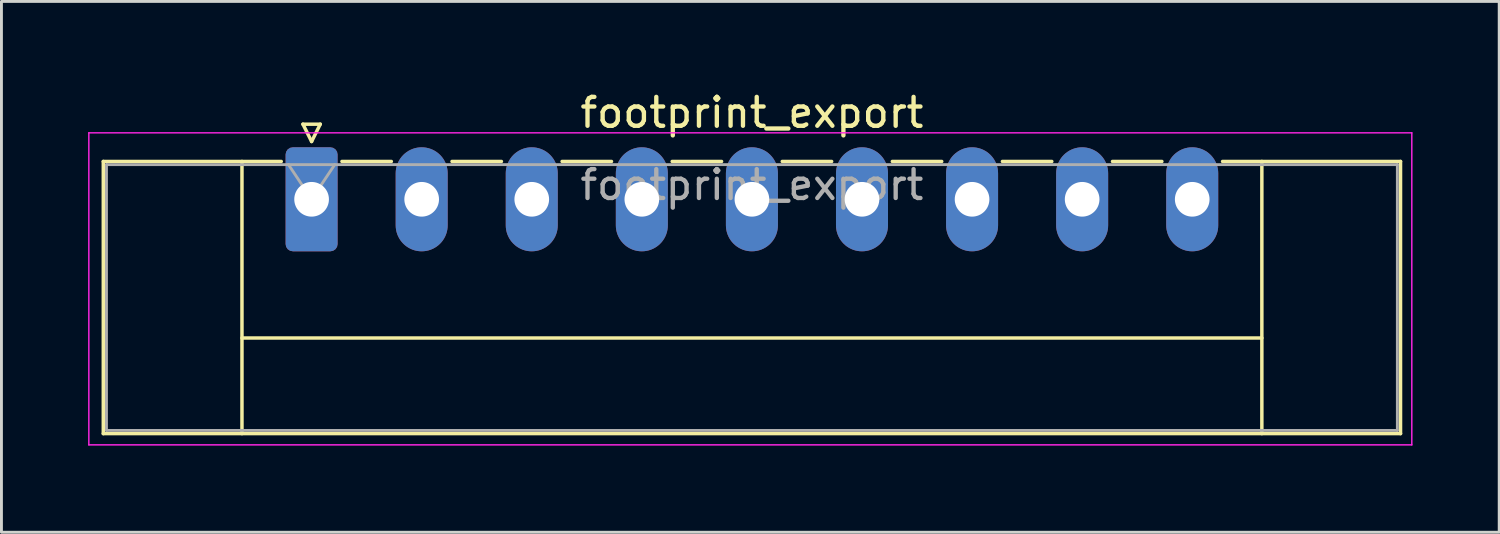
<source format=kicad_pcb>
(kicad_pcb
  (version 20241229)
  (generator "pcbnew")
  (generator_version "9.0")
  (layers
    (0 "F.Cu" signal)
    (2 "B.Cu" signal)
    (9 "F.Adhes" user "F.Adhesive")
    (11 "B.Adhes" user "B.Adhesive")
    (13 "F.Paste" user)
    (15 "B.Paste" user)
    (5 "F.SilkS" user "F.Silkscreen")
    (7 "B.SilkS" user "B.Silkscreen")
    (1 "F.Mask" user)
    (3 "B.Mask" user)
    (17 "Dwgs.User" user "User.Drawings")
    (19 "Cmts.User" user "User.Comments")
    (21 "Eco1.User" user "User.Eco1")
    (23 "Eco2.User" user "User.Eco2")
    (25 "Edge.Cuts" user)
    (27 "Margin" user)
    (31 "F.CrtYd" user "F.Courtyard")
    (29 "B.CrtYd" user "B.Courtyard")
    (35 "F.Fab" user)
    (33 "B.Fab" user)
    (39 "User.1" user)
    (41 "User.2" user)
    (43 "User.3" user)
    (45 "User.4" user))
  (footprint "footprint_export"
    (layer "F.Cu")
    (at 7.735 3.848)
    (property "Reference" "footprint_export" (at 15.24 -3 0) (layer "F.SilkS") (effects (font (size 1 1) (thickness 0.15))))
    (attr through_hole)
    (fp_line (start -7.21 -1.31) (end -7.21 8.11) (stroke (width 0.12) (type solid)) (layer "F.SilkS"))
    (fp_line (start -7.21 -1.31) (end -1.05 -1.31) (stroke (width 0.12) (type solid)) (layer "F.SilkS"))
    (fp_line (start -7.21 8.11) (end 37.69 8.11) (stroke (width 0.12) (type solid)) (layer "F.SilkS"))
    (fp_line (start -2.41 -1.31) (end -2.41 8.11) (stroke (width 0.12) (type solid)) (layer "F.SilkS"))
    (fp_line (start -2.41 4.8) (end 32.89 4.8) (stroke (width 0.12) (type solid)) (layer "F.SilkS"))
    (fp_line (start -0.3 -2.6) (end 0.3 -2.6) (stroke (width 0.12) (type solid)) (layer "F.SilkS"))
    (fp_line (start 0 -2) (end -0.3 -2.6) (stroke (width 0.12) (type solid)) (layer "F.SilkS"))
    (fp_line (start 0.3 -2.6) (end 0 -2) (stroke (width 0.12) (type solid)) (layer "F.SilkS"))
    (fp_line (start 1.05 -1.31) (end 2.76 -1.31) (stroke (width 0.12) (type solid)) (layer "F.SilkS"))
    (fp_line (start 4.86 -1.31) (end 6.57 -1.31) (stroke (width 0.12) (type solid)) (layer "F.SilkS"))
    (fp_line (start 8.67 -1.31) (end 10.38 -1.31) (stroke (width 0.12) (type solid)) (layer "F.SilkS"))
    (fp_line (start 12.48 -1.31) (end 14.19 -1.31) (stroke (width 0.12) (type solid)) (layer "F.SilkS"))
    (fp_line (start 16.29 -1.31) (end 18 -1.31) (stroke (width 0.12) (type solid)) (layer "F.SilkS"))
    (fp_line (start 20.1 -1.31) (end 21.81 -1.31) (stroke (width 0.12) (type solid)) (layer "F.SilkS"))
    (fp_line (start 23.91 -1.31) (end 25.62 -1.31) (stroke (width 0.12) (type solid)) (layer "F.SilkS"))
    (fp_line (start 27.72 -1.31) (end 29.43 -1.31) (stroke (width 0.12) (type solid)) (layer "F.SilkS"))
    (fp_line (start 32.89 -1.31) (end 32.89 8.11) (stroke (width 0.12) (type solid)) (layer "F.SilkS"))
    (fp_line (start 37.69 -1.31) (end 31.53 -1.31) (stroke (width 0.12) (type solid)) (layer "F.SilkS"))
    (fp_line (start 37.69 8.11) (end 37.69 -1.31) (stroke (width 0.12) (type solid)) (layer "F.SilkS"))
    (fp_line (start -7.71 -2.3) (end -7.71 8.5) (stroke (width 0.05) (type solid)) (layer "F.CrtYd"))
    (fp_line (start -7.71 8.5) (end 38.08 8.5) (stroke (width 0.05) (type solid)) (layer "F.CrtYd"))
    (fp_line (start 38.08 -2.3) (end -7.71 -2.3) (stroke (width 0.05) (type solid)) (layer "F.CrtYd"))
    (fp_line (start 38.08 8.5) (end 38.08 -2.3) (stroke (width 0.05) (type solid)) (layer "F.CrtYd"))
    (fp_line (start -7.1 -1.2) (end -7.1 8) (stroke (width 0.1) (type solid)) (layer "F.Fab"))
    (fp_line (start -7.1 8) (end 37.58 8) (stroke (width 0.1) (type solid)) (layer "F.Fab"))
    (fp_line (start 0 0) (end -0.8 -1.2) (stroke (width 0.1) (type solid)) (layer "F.Fab"))
    (fp_line (start 0.8 -1.2) (end 0 0) (stroke (width 0.1) (type solid)) (layer "F.Fab"))
    (fp_line (start 37.58 -1.2) (end -7.1 -1.2) (stroke (width 0.1) (type solid)) (layer "F.Fab"))
    (fp_line (start 37.58 8) (end 37.58 -1.2) (stroke (width 0.1) (type solid)) (layer "F.Fab"))
    (fp_text user "${REFERENCE}" (at 15.24 -0.5 0) (layer "F.Fab") (effects (font (size 1 1) (thickness 0.15))))
    (pad "1" thru_hole roundrect (at 0 0) (size 1.8 3.6) (drill 1.2) (layers "*.Cu" "*.Mask") (roundrect_rratio 0.139))
    (pad "2" thru_hole oval (at 3.81 0) (size 1.8 3.6) (drill 1.2) (layers "*.Cu" "*.Mask"))
    (pad "3" thru_hole oval (at 7.62 0) (size 1.8 3.6) (drill 1.2) (layers "*.Cu" "*.Mask"))
    (pad "4" thru_hole oval (at 11.43 0) (size 1.8 3.6) (drill 1.2) (layers "*.Cu" "*.Mask"))
    (pad "5" thru_hole oval (at 15.24 0) (size 1.8 3.6) (drill 1.2) (layers "*.Cu" "*.Mask"))
    (pad "6" thru_hole oval (at 19.05 0) (size 1.8 3.6) (drill 1.2) (layers "*.Cu" "*.Mask"))
    (pad "7" thru_hole oval (at 22.86 0) (size 1.8 3.6) (drill 1.2) (layers "*.Cu" "*.Mask"))
    (pad "8" thru_hole oval (at 26.67 0) (size 1.8 3.6) (drill 1.2) (layers "*.Cu" "*.Mask"))
    (pad "9" thru_hole oval (at 30.48 0) (size 1.8 3.6) (drill 1.2) (layers "*.Cu" "*.Mask")))
  (gr_rect
    (start -3 -3)
    (end 48.84 15.373)
    (stroke (width 0.1) (type default))
    (fill no)
    (layer "Edge.Cuts")))
</source>
